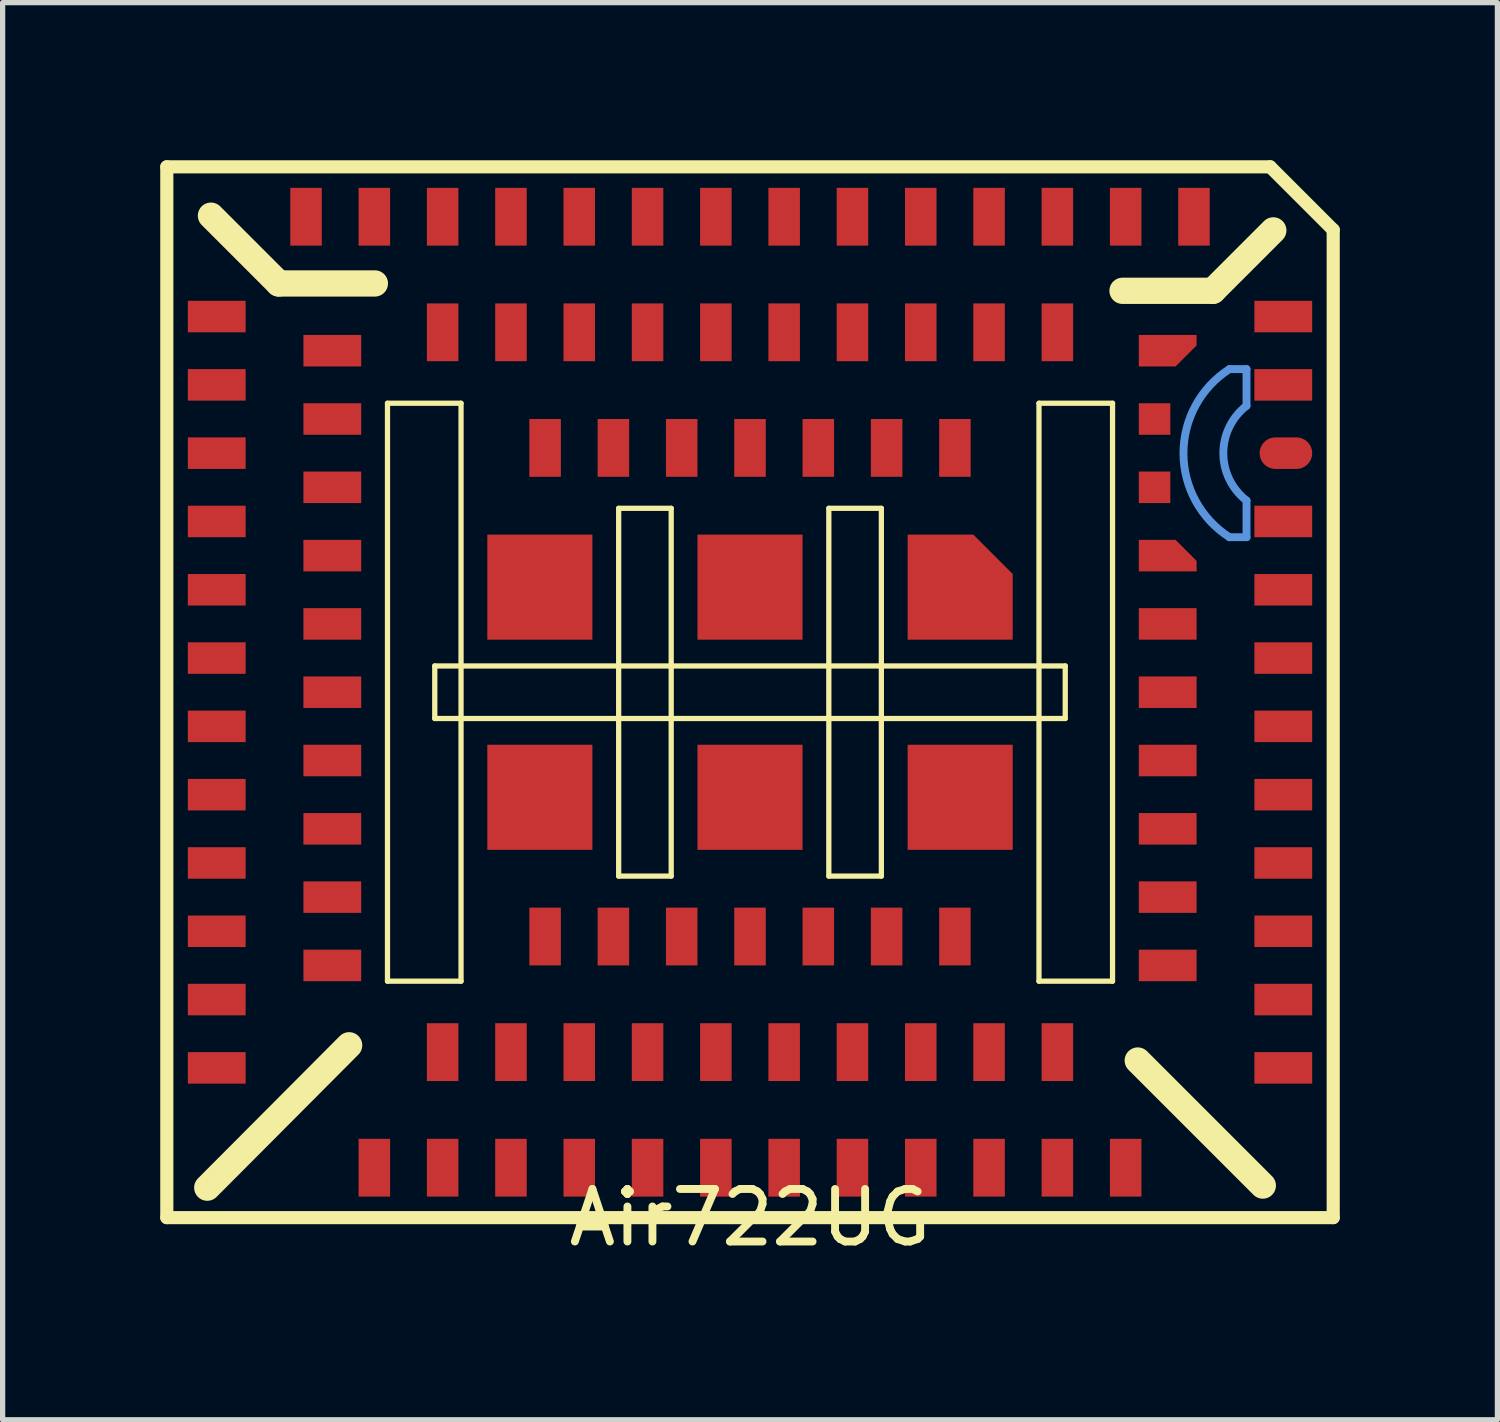
<source format=kicad_pcb>
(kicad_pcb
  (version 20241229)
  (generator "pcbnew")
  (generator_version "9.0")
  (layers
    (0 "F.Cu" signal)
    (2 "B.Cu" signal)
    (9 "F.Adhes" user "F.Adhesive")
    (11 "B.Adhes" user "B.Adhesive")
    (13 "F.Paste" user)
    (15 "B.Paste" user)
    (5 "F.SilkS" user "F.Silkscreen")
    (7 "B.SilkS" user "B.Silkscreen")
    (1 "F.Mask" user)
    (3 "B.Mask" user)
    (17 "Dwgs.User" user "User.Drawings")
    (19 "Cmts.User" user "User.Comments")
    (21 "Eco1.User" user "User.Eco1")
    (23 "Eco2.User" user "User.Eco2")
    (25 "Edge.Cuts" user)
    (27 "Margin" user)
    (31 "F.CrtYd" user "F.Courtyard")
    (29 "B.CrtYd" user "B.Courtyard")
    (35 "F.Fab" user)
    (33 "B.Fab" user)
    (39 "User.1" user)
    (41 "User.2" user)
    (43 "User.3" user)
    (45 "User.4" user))
  (footprint "Air722UG"
    (layer "F.Cu")
    (at 11.225 10.125)
    (property "Reference" "Air722UG" (at 0 10 0) (layer "F.SilkS") (effects (font (size 1 1) (thickness 0.15))))
    (attr through_hole)
    (fp_line (start -11.1 -10) (end 9.9 -10) (stroke (width 0.25) (type solid)) (layer "F.SilkS"))
    (fp_line (start -11.1 10) (end -11.1 -10) (stroke (width 0.25) (type solid)) (layer "F.SilkS"))
    (fp_line (start -10.33 9.43) (end -7.63 6.72) (stroke (width 0.5) (type solid)) (layer "F.SilkS"))
    (fp_line (start -8.97 -7.78) (end -10.26 -9.07) (stroke (width 0.5) (type solid)) (layer "F.SilkS"))
    (fp_line (start -7.14 -7.78) (end -8.97 -7.78) (stroke (width 0.5) (type solid)) (layer "F.SilkS"))
    (fp_line (start -6.9 -5.5) (end -5.5 -5.5) (stroke (width 0.1) (type solid)) (layer "F.SilkS"))
    (fp_line (start -6.9 5.5) (end -6.9 -5.5) (stroke (width 0.1) (type solid)) (layer "F.SilkS"))
    (fp_line (start -6 -0.5) (end 6 -0.5) (stroke (width 0.1) (type solid)) (layer "F.SilkS"))
    (fp_line (start -6 0.5) (end -6 -0.5) (stroke (width 0.1) (type solid)) (layer "F.SilkS"))
    (fp_line (start -5.5 -5.5) (end -5.5 5.5) (stroke (width 0.1) (type solid)) (layer "F.SilkS"))
    (fp_line (start -5.5 5.5) (end -6.9 5.5) (stroke (width 0.1) (type solid)) (layer "F.SilkS"))
    (fp_line (start -2.5 -3.5) (end -1.5 -3.5) (stroke (width 0.1) (type solid)) (layer "F.SilkS"))
    (fp_line (start -2.5 3.5) (end -2.5 -3.5) (stroke (width 0.1) (type solid)) (layer "F.SilkS"))
    (fp_line (start -1.5 -3.5) (end -1.5 3.5) (stroke (width 0.1) (type solid)) (layer "F.SilkS"))
    (fp_line (start -1.5 3.5) (end -2.5 3.5) (stroke (width 0.1) (type solid)) (layer "F.SilkS"))
    (fp_line (start 1.5 -3.5) (end 2.5 -3.5) (stroke (width 0.1) (type solid)) (layer "F.SilkS"))
    (fp_line (start 1.5 3.5) (end 1.5 -3.5) (stroke (width 0.1) (type solid)) (layer "F.SilkS"))
    (fp_line (start 2.5 -3.5) (end 2.5 3.5) (stroke (width 0.1) (type solid)) (layer "F.SilkS"))
    (fp_line (start 2.5 3.5) (end 1.5 3.5) (stroke (width 0.1) (type solid)) (layer "F.SilkS"))
    (fp_line (start 5.5 -5.5) (end 6.9 -5.5) (stroke (width 0.1) (type solid)) (layer "F.SilkS"))
    (fp_line (start 5.5 5.5) (end 5.5 -5.5) (stroke (width 0.1) (type solid)) (layer "F.SilkS"))
    (fp_line (start 6 -0.5) (end 6 0.5) (stroke (width 0.1) (type solid)) (layer "F.SilkS"))
    (fp_line (start 6 0.5) (end -6 0.5) (stroke (width 0.1) (type solid)) (layer "F.SilkS"))
    (fp_line (start 6.9 -5.5) (end 6.9 5.5) (stroke (width 0.1) (type solid)) (layer "F.SilkS"))
    (fp_line (start 6.9 5.5) (end 5.5 5.5) (stroke (width 0.1) (type solid)) (layer "F.SilkS"))
    (fp_line (start 7.09 -7.64) (end 8.81 -7.64) (stroke (width 0.5) (type solid)) (layer "F.SilkS"))
    (fp_line (start 8.81 -7.64) (end 9.96 -8.79) (stroke (width 0.5) (type solid)) (layer "F.SilkS"))
    (fp_line (start 9.76 9.39) (end 7.38 7.01) (stroke (width 0.5) (type solid)) (layer "F.SilkS"))
    (fp_line (start 11.1 -8.8) (end 9.9 -10) (stroke (width 0.25) (type solid)) (layer "F.SilkS"))
    (fp_line (start 11.1 -8.8) (end 11.1 10) (stroke (width 0.25) (type solid)) (layer "F.SilkS"))
    (fp_line (start 11.1 10) (end -11.1 10) (stroke (width 0.25) (type solid)) (layer "F.SilkS"))
    (fp_line (start 9.125 -6.15) (end 9.45 -6.15) (stroke (width 0.15) (type solid)) (layer "Cmts.User"))
    (fp_line (start 9.45 -6.15) (end 9.45 -5.451) (stroke (width 0.15) (type solid)) (layer "Cmts.User"))
    (fp_line (start 9.45 -3.649) (end 9.45 -2.95) (stroke (width 0.15) (type solid)) (layer "Cmts.User"))
    (fp_line (start 9.45 -2.95) (end 9.125 -2.95) (stroke (width 0.15) (type solid)) (layer "Cmts.User"))
    (fp_arc (start 9.125306 -2.950032) (mid 8.250003 -4.550029) (end 9.125306 -6.150026) (stroke (width 0.150012) (type solid)) (layer "Cmts.User"))
    (fp_arc (start 9.449994 -3.648634) (mid 9.008714 -4.550029) (end 9.449994 -5.451424) (stroke (width 0.150012) (type solid)) (layer "Cmts.User"))
    (pad "1" smd rect (at 8.45 -9.05) (size 0.6 1.1) (layers "F.Cu" "F.Mask" "F.Paste"))
    (pad "2" smd rect (at 7.15 -9.05) (size 0.6 1.1) (layers "F.Cu" "F.Mask" "F.Paste"))
    (pad "3" smd rect (at 5.85 -9.05) (size 0.6 1.1) (layers "F.Cu" "F.Mask" "F.Paste"))
    (pad "4" smd rect (at 4.55 -9.05) (size 0.6 1.1) (layers "F.Cu" "F.Mask" "F.Paste"))
    (pad "5" smd rect (at 3.25 -9.05) (size 0.6 1.1) (layers "F.Cu" "F.Mask" "F.Paste"))
    (pad "6" smd rect (at 1.95 -9.05) (size 0.6 1.1) (layers "F.Cu" "F.Mask" "F.Paste"))
    (pad "7" smd rect (at 0.65 -9.05) (size 0.6 1.1) (layers "F.Cu" "F.Mask" "F.Paste"))
    (pad "8" smd rect (at -0.65 -9.05) (size 0.6 1.1) (layers "F.Cu" "F.Mask" "F.Paste"))
    (pad "9" smd rect (at -1.95 -9.05) (size 0.6 1.1) (layers "F.Cu" "F.Mask" "F.Paste"))
    (pad "10" smd rect (at -3.25 -9.05) (size 0.6 1.1) (layers "F.Cu" "F.Mask" "F.Paste"))
    (pad "11" smd rect (at -4.55 -9.05) (size 0.6 1.1) (layers "F.Cu" "F.Mask" "F.Paste"))
    (pad "12" smd rect (at -5.85 -9.05) (size 0.6 1.1) (layers "F.Cu" "F.Mask" "F.Paste"))
    (pad "13" smd rect (at -7.15 -9.05) (size 0.6 1.1) (layers "F.Cu" "F.Mask" "F.Paste"))
    (pad "14" smd rect (at -8.45 -9.05) (size 0.6 1.1) (layers "F.Cu" "F.Mask" "F.Paste"))
    (pad "15" smd rect (at -10.15 -7.15) (size 1.1 0.6) (layers "F.Cu" "F.Mask" "F.Paste"))
    (pad "16" smd rect (at -10.15 -5.85) (size 1.1 0.6) (layers "F.Cu" "F.Mask" "F.Paste"))
    (pad "17" smd rect (at -10.15 -4.55) (size 1.1 0.6) (layers "F.Cu" "F.Mask" "F.Paste"))
    (pad "18" smd rect (at -10.15 -3.25) (size 1.1 0.6) (layers "F.Cu" "F.Mask" "F.Paste"))
    (pad "19" smd rect (at -10.15 -1.95) (size 1.1 0.6) (layers "F.Cu" "F.Mask" "F.Paste"))
    (pad "20" smd rect (at -10.15 -0.65) (size 1.1 0.6) (layers "F.Cu" "F.Mask" "F.Paste"))
    (pad "21" smd rect (at -10.15 0.65) (size 1.1 0.6) (layers "F.Cu" "F.Mask" "F.Paste"))
    (pad "22" smd rect (at -10.15 1.95) (size 1.1 0.6) (layers "F.Cu" "F.Mask" "F.Paste"))
    (pad "23" smd rect (at -10.15 3.25) (size 1.1 0.6) (layers "F.Cu" "F.Mask" "F.Paste"))
    (pad "24" smd rect (at -10.15 4.55) (size 1.1 0.6) (layers "F.Cu" "F.Mask" "F.Paste"))
    (pad "25" smd rect (at -10.15 5.85) (size 1.1 0.6) (layers "F.Cu" "F.Mask" "F.Paste"))
    (pad "26" smd rect (at -10.15 7.15) (size 1.1 0.6) (layers "F.Cu" "F.Mask" "F.Paste"))
    (pad "27" smd rect (at -7.15 9.05) (size 0.6 1.1) (layers "F.Cu" "F.Mask" "F.Paste"))
    (pad "28" smd rect (at -5.85 9.05) (size 0.6 1.1) (layers "F.Cu" "F.Mask" "F.Paste"))
    (pad "29" smd rect (at -4.55 9.05) (size 0.6 1.1) (layers "F.Cu" "F.Mask" "F.Paste"))
    (pad "30" smd rect (at -3.25 9.05) (size 0.6 1.1) (layers "F.Cu" "F.Mask" "F.Paste"))
    (pad "31" smd rect (at -1.95 9.05) (size 0.6 1.1) (layers "F.Cu" "F.Mask" "F.Paste"))
    (pad "32" smd rect (at -0.65 9.05) (size 0.6 1.1) (layers "F.Cu" "F.Mask" "F.Paste"))
    (pad "33" smd rect (at 0.65 9.05) (size 0.6 1.1) (layers "F.Cu" "F.Mask" "F.Paste"))
    (pad "34" smd rect (at 1.95 9.05) (size 0.6 1.1) (layers "F.Cu" "F.Mask" "F.Paste"))
    (pad "35" smd rect (at 3.25 9.05) (size 0.6 1.1) (layers "F.Cu" "F.Mask" "F.Paste"))
    (pad "36" smd rect (at 4.55 9.05) (size 0.6 1.1) (layers "F.Cu" "F.Mask" "F.Paste"))
    (pad "37" smd rect (at 5.85 9.05) (size 0.6 1.1) (layers "F.Cu" "F.Mask" "F.Paste"))
    (pad "38" smd rect (at 7.15 9.05) (size 0.6 1.1) (layers "F.Cu" "F.Mask" "F.Paste"))
    (pad "39" smd rect (at 10.15 7.15) (size 1.1 0.6) (layers "F.Cu" "F.Mask" "F.Paste"))
    (pad "40" smd rect (at 10.15 5.85) (size 1.1 0.6) (layers "F.Cu" "F.Mask" "F.Paste"))
    (pad "41" smd rect (at 10.15 4.55) (size 1.1 0.6) (layers "F.Cu" "F.Mask" "F.Paste"))
    (pad "42" smd rect (at 10.15 3.25) (size 1.1 0.6) (layers "F.Cu" "F.Mask" "F.Paste"))
    (pad "43" smd rect (at 10.15 1.95) (size 1.1 0.6) (layers "F.Cu" "F.Mask" "F.Paste"))
    (pad "44" smd rect (at 10.15 0.65) (size 1.1 0.6) (layers "F.Cu" "F.Mask" "F.Paste"))
    (pad "45" smd rect (at 10.15 -0.65) (size 1.1 0.6) (layers "F.Cu" "F.Mask" "F.Paste"))
    (pad "46" smd rect (at 10.15 -1.95) (size 1.1 0.6) (layers "F.Cu" "F.Mask" "F.Paste"))
    (pad "47" smd rect (at 10.15 -3.25) (size 1.1 0.6) (layers "F.Cu" "F.Mask" "F.Paste"))
    (pad "48" smd oval (at 10.2 -4.55) (size 1 0.6) (layers "F.Cu" "F.Mask" "F.Paste"))
    (pad "49" smd rect (at 10.15 -5.85) (size 1.1 0.6) (layers "F.Cu" "F.Mask" "F.Paste"))
    (pad "50" smd rect (at 10.15 -7.15) (size 1.1 0.6) (layers "F.Cu" "F.Mask" "F.Paste"))
    (pad "51" smd rect (at 5.85 -6.85) (size 0.6 1.1) (layers "F.Cu" "F.Mask" "F.Paste"))
    (pad "52" smd rect (at 4.55 -6.85) (size 0.6 1.1) (layers "F.Cu" "F.Mask" "F.Paste"))
    (pad "53" smd rect (at 3.25 -6.85) (size 0.6 1.1) (layers "F.Cu" "F.Mask" "F.Paste"))
    (pad "54" smd rect (at 1.95 -6.85) (size 0.6 1.1) (layers "F.Cu" "F.Mask" "F.Paste"))
    (pad "55" smd rect (at 0.65 -6.85) (size 0.6 1.1) (layers "F.Cu" "F.Mask" "F.Paste"))
    (pad "56" smd rect (at -0.65 -6.85) (size 0.6 1.1) (layers "F.Cu" "F.Mask" "F.Paste"))
    (pad "57" smd rect (at -1.95 -6.85) (size 0.6 1.1) (layers "F.Cu" "F.Mask" "F.Paste"))
    (pad "58" smd rect (at -3.25 -6.85) (size 0.6 1.1) (layers "F.Cu" "F.Mask" "F.Paste"))
    (pad "59" smd rect (at -4.55 -6.85) (size 0.6 1.1) (layers "F.Cu" "F.Mask" "F.Paste"))
    (pad "60" smd rect (at -5.85 -6.85) (size 0.6 1.1) (layers "F.Cu" "F.Mask" "F.Paste"))
    (pad "61" smd rect (at -7.95 -6.5) (size 1.1 0.6) (layers "F.Cu" "F.Mask" "F.Paste"))
    (pad "62" smd rect (at -7.95 -5.2) (size 1.1 0.6) (layers "F.Cu" "F.Mask" "F.Paste"))
    (pad "63" smd rect (at -7.95 -3.9) (size 1.1 0.6) (layers "F.Cu" "F.Mask" "F.Paste"))
    (pad "64" smd rect (at -7.95 -2.6) (size 1.1 0.6) (layers "F.Cu" "F.Mask" "F.Paste"))
    (pad "65" smd rect (at -7.95 -1.3) (size 1.1 0.6) (layers "F.Cu" "F.Mask" "F.Paste"))
    (pad "66" smd rect (at -7.95 -0.000025) (size 1.1 0.6) (layers "F.Cu" "F.Mask" "F.Paste"))
    (pad "67" smd rect (at -7.95 1.3) (size 1.1 0.6) (layers "F.Cu" "F.Mask" "F.Paste"))
    (pad "68" smd rect (at -7.95 2.6) (size 1.1 0.6) (layers "F.Cu" "F.Mask" "F.Paste"))
    (pad "69" smd rect (at -7.95 3.9) (size 1.1 0.6) (layers "F.Cu" "F.Mask" "F.Paste"))
    (pad "70" smd rect (at -7.95 5.2) (size 1.1 0.6) (layers "F.Cu" "F.Mask" "F.Paste"))
    (pad "71" smd rect (at -5.85 6.85) (size 0.6 1.1) (layers "F.Cu" "F.Mask" "F.Paste"))
    (pad "72" smd rect (at -4.55 6.85) (size 0.6 1.1) (layers "F.Cu" "F.Mask" "F.Paste"))
    (pad "73" smd rect (at -3.25 6.85) (size 0.6 1.1) (layers "F.Cu" "F.Mask" "F.Paste"))
    (pad "74" smd rect (at -1.95 6.85) (size 0.6 1.1) (layers "F.Cu" "F.Mask" "F.Paste"))
    (pad "75" smd rect (at -0.65 6.85) (size 0.6 1.1) (layers "F.Cu" "F.Mask" "F.Paste"))
    (pad "76" smd rect (at 0.65 6.85) (size 0.6 1.1) (layers "F.Cu" "F.Mask" "F.Paste"))
    (pad "77" smd rect (at 1.95 6.85) (size 0.6 1.1) (layers "F.Cu" "F.Mask" "F.Paste"))
    (pad "78" smd rect (at 3.25 6.85) (size 0.6 1.1) (layers "F.Cu" "F.Mask" "F.Paste"))
    (pad "79" smd rect (at 4.55 6.85) (size 0.6 1.1) (layers "F.Cu" "F.Mask" "F.Paste"))
    (pad "80" smd rect (at 5.85 6.85) (size 0.6 1.1) (layers "F.Cu" "F.Mask" "F.Paste"))
    (pad "81" smd rect (at 7.95 5.2) (size 1.1 0.6) (layers "F.Cu" "F.Mask" "F.Paste"))
    (pad "82" smd rect (at 7.95 3.9) (size 1.1 0.6) (layers "F.Cu" "F.Mask" "F.Paste"))
    (pad "83" smd rect (at 7.95 2.6) (size 1.1 0.6) (layers "F.Cu" "F.Mask" "F.Paste"))
    (pad "84" smd rect (at 7.95 1.3) (size 1.1 0.6) (layers "F.Cu" "F.Mask" "F.Paste"))
    (pad "85" smd rect (at 7.95 -0.000025) (size 1.1 0.6) (layers "F.Cu" "F.Mask" "F.Paste"))
    (pad "86" smd rect (at 7.95 -1.3) (size 1.1 0.6) (layers "F.Cu" "F.Mask" "F.Paste"))
    (pad "87" smd custom (at 7.95 -2.6) (size 0.001 0.001) (layers "F.Cu" "F.Mask" "F.Paste") (options (anchor circle)) (primitives (gr_poly (pts (xy -0.55 -0.3) (xy 0.15 -0.3) (xy 0.55 0.1) (xy 0.55 0.3) (xy -0.55 0.3)) (width 0) (fill yes))))
    (pad "88" smd rect (at 7.7 -3.9) (size 0.6 0.6) (layers "F.Cu" "F.Mask" "F.Paste"))
    (pad "89" smd rect (at 7.7 -5.2) (size 0.6 0.6) (layers "F.Cu" "F.Mask" "F.Paste"))
    (pad "90" smd custom (at 7.95 -6.5) (size 0.001 0.001) (layers "F.Cu" "F.Mask" "F.Paste") (options (anchor circle)) (primitives (gr_poly (pts (xy -0.55 -0.3) (xy 0.55 -0.3) (xy 0.55 -0.1) (xy 0.15 0.3) (xy -0.55 0.3)) (width 0) (fill yes))))
    (pad "91" smd rect (at 3.9 -4.65) (size 0.6 1.1) (layers "F.Cu" "F.Mask" "F.Paste"))
    (pad "92" smd rect (at 2.6 -4.65) (size 0.6 1.1) (layers "F.Cu" "F.Mask" "F.Paste"))
    (pad "93" smd rect (at 1.3 -4.65) (size 0.6 1.1) (layers "F.Cu" "F.Mask" "F.Paste"))
    (pad "94" smd rect (at 0 -4.65) (size 0.6 1.1) (layers "F.Cu" "F.Mask" "F.Paste"))
    (pad "95" smd rect (at -1.3 -4.65) (size 0.6 1.1) (layers "F.Cu" "F.Mask" "F.Paste"))
    (pad "96" smd rect (at -2.6 -4.65) (size 0.6 1.1) (layers "F.Cu" "F.Mask" "F.Paste"))
    (pad "97" smd rect (at -3.9 -4.65) (size 0.6 1.1) (layers "F.Cu" "F.Mask" "F.Paste"))
    (pad "98" smd rect (at -3.9 4.65) (size 0.6 1.1) (layers "F.Cu" "F.Mask" "F.Paste"))
    (pad "99" smd rect (at -2.6 4.65) (size 0.6 1.1) (layers "F.Cu" "F.Mask" "F.Paste"))
    (pad "100" smd rect (at -1.3 4.65) (size 0.6 1.1) (layers "F.Cu" "F.Mask" "F.Paste"))
    (pad "101" smd rect (at 0 4.65) (size 0.6 1.1) (layers "F.Cu" "F.Mask" "F.Paste"))
    (pad "102" smd rect (at 1.3 4.65) (size 0.6 1.1) (layers "F.Cu" "F.Mask" "F.Paste"))
    (pad "103" smd rect (at 2.6 4.65) (size 0.6 1.1) (layers "F.Cu" "F.Mask" "F.Paste"))
    (pad "104" smd rect (at 3.9 4.65) (size 0.6 1.1) (layers "F.Cu" "F.Mask" "F.Paste"))
    (pad "105" smd custom (at 4 -2) (size 0.001 0.001) (layers "F.Cu" "F.Mask" "F.Paste") (options (anchor circle)) (primitives (gr_poly (pts (xy -1 -1) (xy 0.25 -1) (xy 1 -0.25) (xy 1 1) (xy -1 1)) (width 0) (fill yes))))
    (pad "106" smd rect (at 0 -2) (size 2 2) (layers "F.Cu" "F.Mask" "F.Paste"))
    (pad "107" smd rect (at -4 -2) (size 2 2) (layers "F.Cu" "F.Mask" "F.Paste"))
    (pad "108" smd rect (at -4 2) (size 2 2) (layers "F.Cu" "F.Mask" "F.Paste"))
    (pad "109" smd rect (at 0 2) (size 2 2) (layers "F.Cu" "F.Mask" "F.Paste"))
    (pad "110" smd rect (at 4 2) (size 2 2) (layers "F.Cu" "F.Mask" "F.Paste")))
  (gr_rect
    (start -3 -3)
    (end 25.45 23.973)
    (stroke (width 0.1) (type default))
    (fill no)
    (layer "Edge.Cuts")))
</source>
